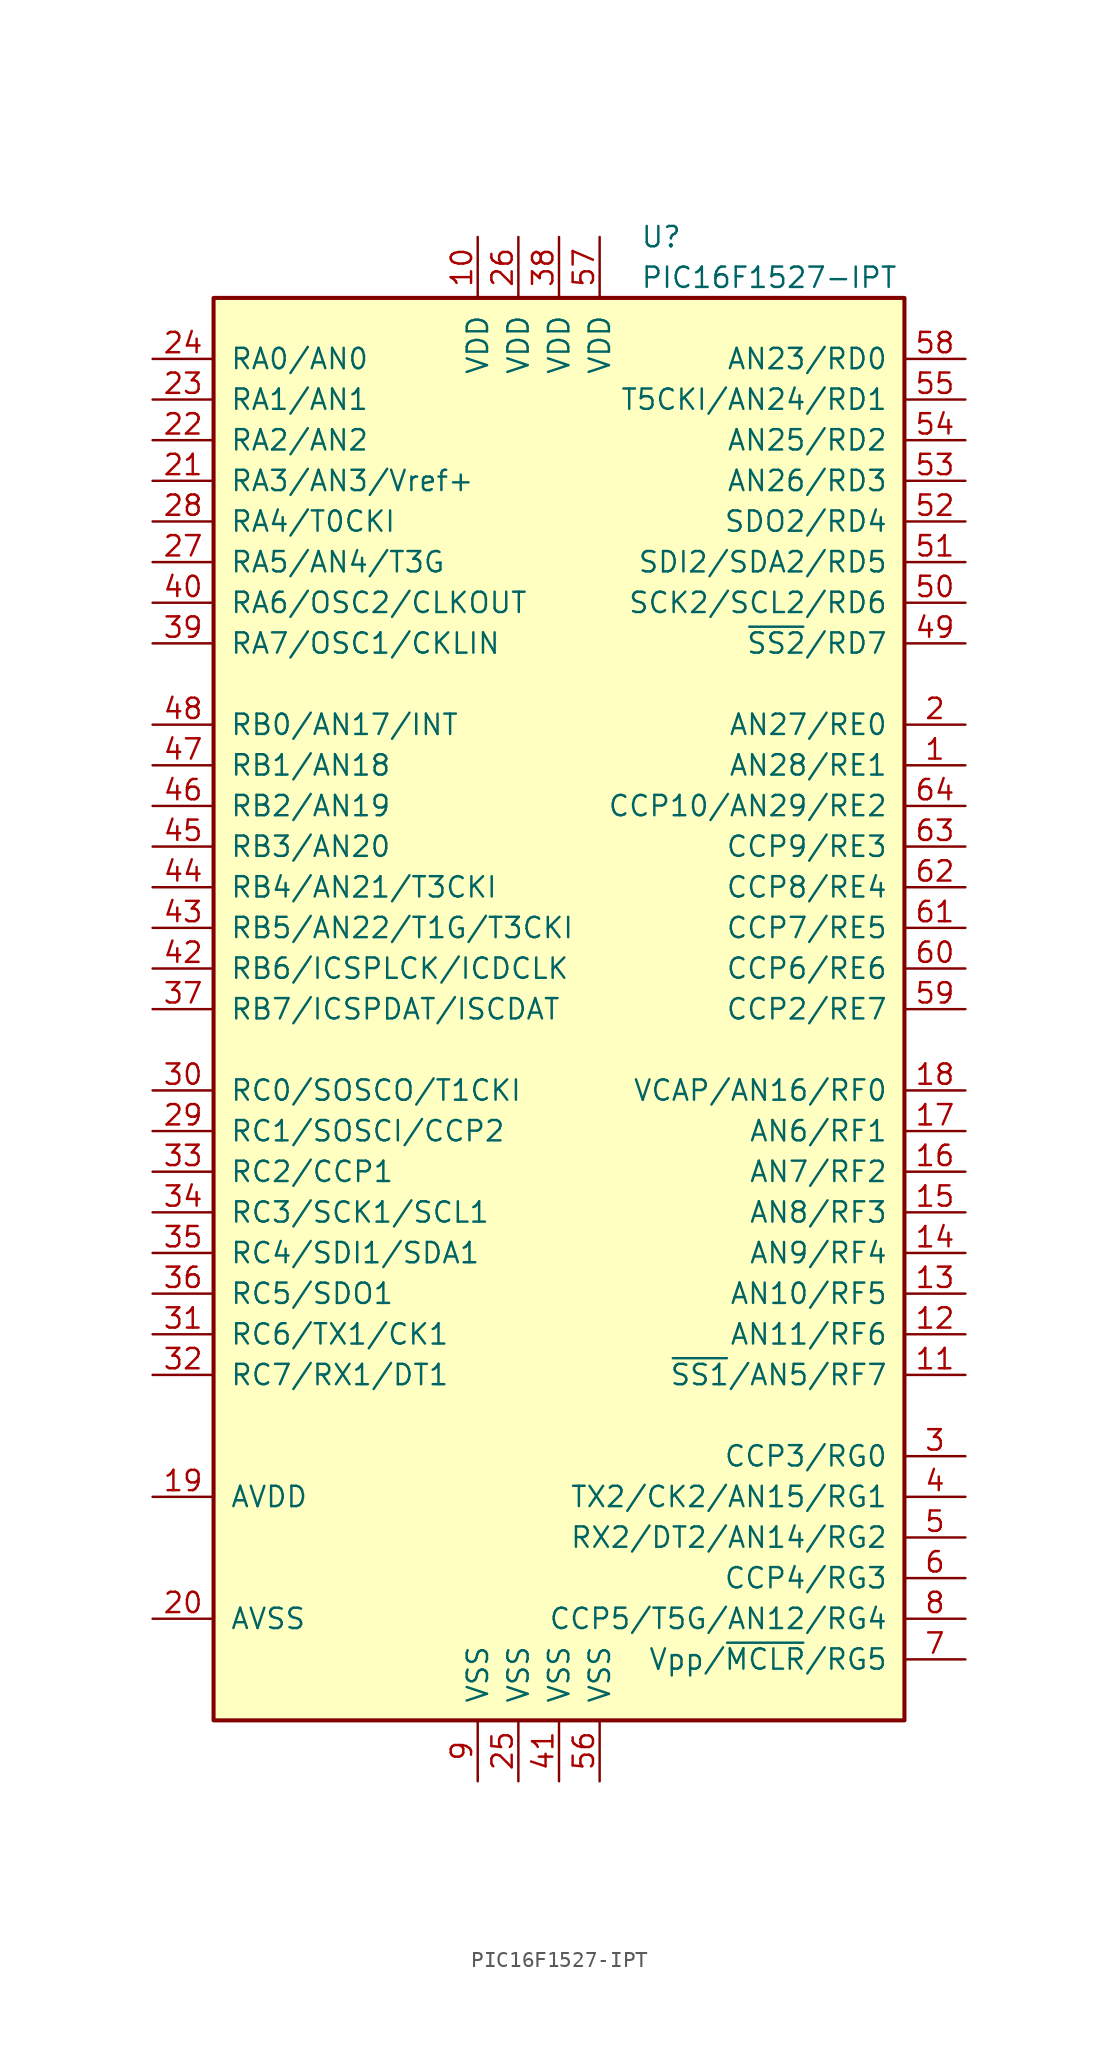
<source format=kicad_sym>
(kicad_symbol_lib
  (version 20201005)
  (generator kicad_symbol_editor)
  (symbol "MCU_Microchip_PIC16:PIC16F1527-IPT"
    (pin_names
      (offset 1.016))
    (property "Reference" "U"
      (at 5.08 48.26 0)
      (effects (font (size 1.27 1.27)) (justify left)))
    (property "Value" "PIC16F1527-IPT"
      (at 5.08 45.72 0)
      (effects (font (size 1.27 1.27)) (justify left)))
    (symbol "PIC16F1527-IPT_0_1"
      (rectangle (start -21.59 44.45) (end 21.59 -44.45) (stroke (width 0.254)) (fill (type background))))
    (symbol "PIC16F1527-IPT_1_1"
      (pin bidirectional line (at 25.4 15.24 180) (length 3.81) (name "AN28/RE1" (effects (font (size 1.27 1.27)))) (number "1" (effects (font (size 1.27 1.27)))))
      (pin power_in line (at -5.08 48.26 270) (length 3.81) (name "VDD" (effects (font (size 1.27 1.27)))) (number "10" (effects (font (size 1.27 1.27)))))
      (pin bidirectional line (at 25.4 -22.86 180) (length 3.81) (name "~SS1~/AN5/RF7" (effects (font (size 1.27 1.27)))) (number "11" (effects (font (size 1.27 1.27)))))
      (pin bidirectional line (at 25.4 -20.32 180) (length 3.81) (name "AN11/RF6" (effects (font (size 1.27 1.27)))) (number "12" (effects (font (size 1.27 1.27)))))
      (pin bidirectional line (at 25.4 -17.78 180) (length 3.81) (name "AN10/RF5" (effects (font (size 1.27 1.27)))) (number "13" (effects (font (size 1.27 1.27)))))
      (pin bidirectional line (at 25.4 -15.24 180) (length 3.81) (name "AN9/RF4" (effects (font (size 1.27 1.27)))) (number "14" (effects (font (size 1.27 1.27)))))
      (pin bidirectional line (at 25.4 -12.7 180) (length 3.81) (name "AN8/RF3" (effects (font (size 1.27 1.27)))) (number "15" (effects (font (size 1.27 1.27)))))
      (pin bidirectional line (at 25.4 -10.16 180) (length 3.81) (name "AN7/RF2" (effects (font (size 1.27 1.27)))) (number "16" (effects (font (size 1.27 1.27)))))
      (pin bidirectional line (at 25.4 -7.62 180) (length 3.81) (name "AN6/RF1" (effects (font (size 1.27 1.27)))) (number "17" (effects (font (size 1.27 1.27)))))
      (pin bidirectional line (at 25.4 -5.08 180) (length 3.81) (name "VCAP/AN16/RF0" (effects (font (size 1.27 1.27)))) (number "18" (effects (font (size 1.27 1.27)))))
      (pin power_in line (at -25.4 -30.48 0) (length 3.81) (name "AVDD" (effects (font (size 1.27 1.27)))) (number "19" (effects (font (size 1.27 1.27)))))
      (pin bidirectional line (at 25.4 17.78 180) (length 3.81) (name "AN27/RE0" (effects (font (size 1.27 1.27)))) (number "2" (effects (font (size 1.27 1.27)))))
      (pin power_in line (at -25.4 -38.1 0) (length 3.81) (name "AVSS" (effects (font (size 1.27 1.27)))) (number "20" (effects (font (size 1.27 1.27)))))
      (pin bidirectional line (at -25.4 33.02 0) (length 3.81) (name "RA3/AN3/Vref+" (effects (font (size 1.27 1.27)))) (number "21" (effects (font (size 1.27 1.27)))))
      (pin bidirectional line (at -25.4 35.56 0) (length 3.81) (name "RA2/AN2" (effects (font (size 1.27 1.27)))) (number "22" (effects (font (size 1.27 1.27)))))
      (pin bidirectional line (at -25.4 38.1 0) (length 3.81) (name "RA1/AN1" (effects (font (size 1.27 1.27)))) (number "23" (effects (font (size 1.27 1.27)))))
      (pin bidirectional line (at -25.4 40.64 0) (length 3.81) (name "RA0/AN0" (effects (font (size 1.27 1.27)))) (number "24" (effects (font (size 1.27 1.27)))))
      (pin power_in line (at -2.54 -48.26 90) (length 3.81) (name "VSS" (effects (font (size 1.27 1.27)))) (number "25" (effects (font (size 1.27 1.27)))))
      (pin power_in line (at -2.54 48.26 270) (length 3.81) (name "VDD" (effects (font (size 1.27 1.27)))) (number "26" (effects (font (size 1.27 1.27)))))
      (pin bidirectional line (at -25.4 27.94 0) (length 3.81) (name "RA5/AN4/T3G" (effects (font (size 1.27 1.27)))) (number "27" (effects (font (size 1.27 1.27)))))
      (pin bidirectional line (at -25.4 30.48 0) (length 3.81) (name "RA4/T0CKI" (effects (font (size 1.27 1.27)))) (number "28" (effects (font (size 1.27 1.27)))))
      (pin bidirectional line (at -25.4 -7.62 0) (length 3.81) (name "RC1/SOSCI/CCP2" (effects (font (size 1.27 1.27)))) (number "29" (effects (font (size 1.27 1.27)))))
      (pin bidirectional line (at 25.4 -27.94 180) (length 3.81) (name "CCP3/RG0" (effects (font (size 1.27 1.27)))) (number "3" (effects (font (size 1.27 1.27)))))
      (pin bidirectional line (at -25.4 -5.08 0) (length 3.81) (name "RC0/SOSCO/T1CKI" (effects (font (size 1.27 1.27)))) (number "30" (effects (font (size 1.27 1.27)))))
      (pin bidirectional line (at -25.4 -20.32 0) (length 3.81) (name "RC6/TX1/CK1" (effects (font (size 1.27 1.27)))) (number "31" (effects (font (size 1.27 1.27)))))
      (pin bidirectional line (at -25.4 -22.86 0) (length 3.81) (name "RC7/RX1/DT1" (effects (font (size 1.27 1.27)))) (number "32" (effects (font (size 1.27 1.27)))))
      (pin bidirectional line (at -25.4 -10.16 0) (length 3.81) (name "RC2/CCP1" (effects (font (size 1.27 1.27)))) (number "33" (effects (font (size 1.27 1.27)))))
      (pin bidirectional line (at -25.4 -12.7 0) (length 3.81) (name "RC3/SCK1/SCL1" (effects (font (size 1.27 1.27)))) (number "34" (effects (font (size 1.27 1.27)))))
      (pin bidirectional line (at -25.4 -15.24 0) (length 3.81) (name "RC4/SDI1/SDA1" (effects (font (size 1.27 1.27)))) (number "35" (effects (font (size 1.27 1.27)))))
      (pin bidirectional line (at -25.4 -17.78 0) (length 3.81) (name "RC5/SDO1" (effects (font (size 1.27 1.27)))) (number "36" (effects (font (size 1.27 1.27)))))
      (pin bidirectional line (at -25.4 0 0) (length 3.81) (name "RB7/ICSPDAT/ISCDAT" (effects (font (size 1.27 1.27)))) (number "37" (effects (font (size 1.27 1.27)))))
      (pin power_in line (at 0 48.26 270) (length 3.81) (name "VDD" (effects (font (size 1.27 1.27)))) (number "38" (effects (font (size 1.27 1.27)))))
      (pin bidirectional line (at -25.4 22.86 0) (length 3.81) (name "RA7/OSC1/CKLIN" (effects (font (size 1.27 1.27)))) (number "39" (effects (font (size 1.27 1.27)))))
      (pin bidirectional line (at 25.4 -30.48 180) (length 3.81) (name "TX2/CK2/AN15/RG1" (effects (font (size 1.27 1.27)))) (number "4" (effects (font (size 1.27 1.27)))))
      (pin bidirectional line (at -25.4 25.4 0) (length 3.81) (name "RA6/OSC2/CLKOUT" (effects (font (size 1.27 1.27)))) (number "40" (effects (font (size 1.27 1.27)))))
      (pin power_in line (at 0 -48.26 90) (length 3.81) (name "VSS" (effects (font (size 1.27 1.27)))) (number "41" (effects (font (size 1.27 1.27)))))
      (pin bidirectional line (at -25.4 2.54 0) (length 3.81) (name "RB6/ICSPLCK/ICDCLK" (effects (font (size 1.27 1.27)))) (number "42" (effects (font (size 1.27 1.27)))))
      (pin bidirectional line (at -25.4 5.08 0) (length 3.81) (name "RB5/AN22/T1G/T3CKI" (effects (font (size 1.27 1.27)))) (number "43" (effects (font (size 1.27 1.27)))))
      (pin bidirectional line (at -25.4 7.62 0) (length 3.81) (name "RB4/AN21/T3CKI" (effects (font (size 1.27 1.27)))) (number "44" (effects (font (size 1.27 1.27)))))
      (pin bidirectional line (at -25.4 10.16 0) (length 3.81) (name "RB3/AN20" (effects (font (size 1.27 1.27)))) (number "45" (effects (font (size 1.27 1.27)))))
      (pin bidirectional line (at -25.4 12.7 0) (length 3.81) (name "RB2/AN19" (effects (font (size 1.27 1.27)))) (number "46" (effects (font (size 1.27 1.27)))))
      (pin bidirectional line (at -25.4 15.24 0) (length 3.81) (name "RB1/AN18" (effects (font (size 1.27 1.27)))) (number "47" (effects (font (size 1.27 1.27)))))
      (pin bidirectional line (at -25.4 17.78 0) (length 3.81) (name "RB0/AN17/INT" (effects (font (size 1.27 1.27)))) (number "48" (effects (font (size 1.27 1.27)))))
      (pin bidirectional line (at 25.4 22.86 180) (length 3.81) (name "~SS2~/RD7" (effects (font (size 1.27 1.27)))) (number "49" (effects (font (size 1.27 1.27)))))
      (pin bidirectional line (at 25.4 -33.02 180) (length 3.81) (name "RX2/DT2/AN14/RG2" (effects (font (size 1.27 1.27)))) (number "5" (effects (font (size 1.27 1.27)))))
      (pin bidirectional line (at 25.4 25.4 180) (length 3.81) (name "SCK2/SCL2/RD6" (effects (font (size 1.27 1.27)))) (number "50" (effects (font (size 1.27 1.27)))))
      (pin bidirectional line (at 25.4 27.94 180) (length 3.81) (name "SDI2/SDA2/RD5" (effects (font (size 1.27 1.27)))) (number "51" (effects (font (size 1.27 1.27)))))
      (pin bidirectional line (at 25.4 30.48 180) (length 3.81) (name "SDO2/RD4" (effects (font (size 1.27 1.27)))) (number "52" (effects (font (size 1.27 1.27)))))
      (pin bidirectional line (at 25.4 33.02 180) (length 3.81) (name "AN26/RD3" (effects (font (size 1.27 1.27)))) (number "53" (effects (font (size 1.27 1.27)))))
      (pin bidirectional line (at 25.4 35.56 180) (length 3.81) (name "AN25/RD2" (effects (font (size 1.27 1.27)))) (number "54" (effects (font (size 1.27 1.27)))))
      (pin bidirectional line (at 25.4 38.1 180) (length 3.81) (name "T5CKI/AN24/RD1" (effects (font (size 1.27 1.27)))) (number "55" (effects (font (size 1.27 1.27)))))
      (pin power_in line (at 2.54 -48.26 90) (length 3.81) (name "VSS" (effects (font (size 1.27 1.27)))) (number "56" (effects (font (size 1.27 1.27)))))
      (pin power_in line (at 2.54 48.26 270) (length 3.81) (name "VDD" (effects (font (size 1.27 1.27)))) (number "57" (effects (font (size 1.27 1.27)))))
      (pin bidirectional line (at 25.4 40.64 180) (length 3.81) (name "AN23/RD0" (effects (font (size 1.27 1.27)))) (number "58" (effects (font (size 1.27 1.27)))))
      (pin bidirectional line (at 25.4 0 180) (length 3.81) (name "CCP2/RE7" (effects (font (size 1.27 1.27)))) (number "59" (effects (font (size 1.27 1.27)))))
      (pin bidirectional line (at 25.4 -35.56 180) (length 3.81) (name "CCP4/RG3" (effects (font (size 1.27 1.27)))) (number "6" (effects (font (size 1.27 1.27)))))
      (pin bidirectional line (at 25.4 2.54 180) (length 3.81) (name "CCP6/RE6" (effects (font (size 1.27 1.27)))) (number "60" (effects (font (size 1.27 1.27)))))
      (pin bidirectional line (at 25.4 5.08 180) (length 3.81) (name "CCP7/RE5" (effects (font (size 1.27 1.27)))) (number "61" (effects (font (size 1.27 1.27)))))
      (pin bidirectional line (at 25.4 7.62 180) (length 3.81) (name "CCP8/RE4" (effects (font (size 1.27 1.27)))) (number "62" (effects (font (size 1.27 1.27)))))
      (pin bidirectional line (at 25.4 10.16 180) (length 3.81) (name "CCP9/RE3" (effects (font (size 1.27 1.27)))) (number "63" (effects (font (size 1.27 1.27)))))
      (pin bidirectional line (at 25.4 12.7 180) (length 3.81) (name "CCP10/AN29/RE2" (effects (font (size 1.27 1.27)))) (number "64" (effects (font (size 1.27 1.27)))))
      (pin input line (at 25.4 -40.64 180) (length 3.81) (name "Vpp/~MCLR~/RG5" (effects (font (size 1.27 1.27)))) (number "7" (effects (font (size 1.27 1.27)))))
      (pin bidirectional line (at 25.4 -38.1 180) (length 3.81) (name "CCP5/T5G/AN12/RG4" (effects (font (size 1.27 1.27)))) (number "8" (effects (font (size 1.27 1.27)))))
      (pin power_in line (at -5.08 -48.26 90) (length 3.81) (name "VSS" (effects (font (size 1.27 1.27)))) (number "9" (effects (font (size 1.27 1.27))))))))
</source>
